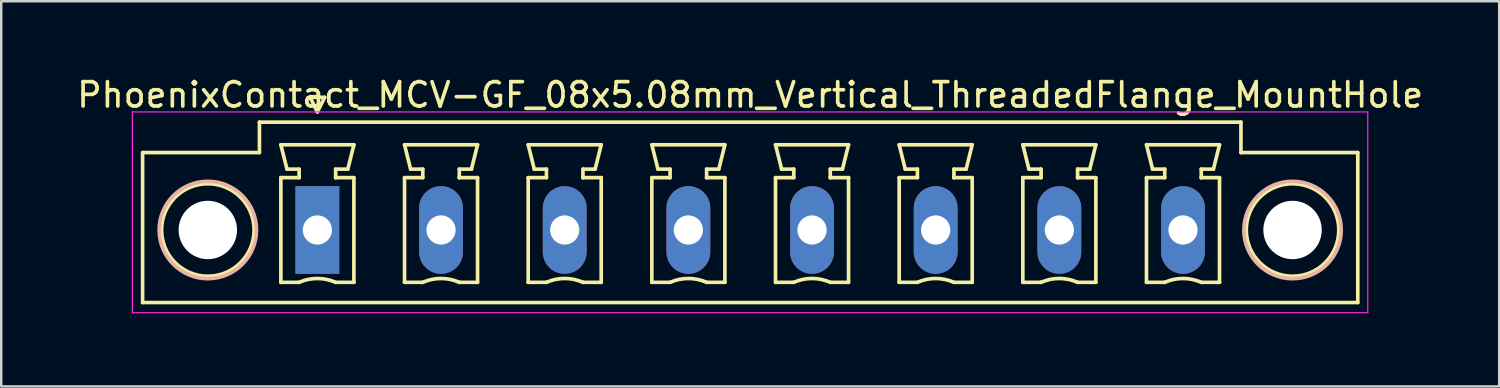
<source format=kicad_pcb>
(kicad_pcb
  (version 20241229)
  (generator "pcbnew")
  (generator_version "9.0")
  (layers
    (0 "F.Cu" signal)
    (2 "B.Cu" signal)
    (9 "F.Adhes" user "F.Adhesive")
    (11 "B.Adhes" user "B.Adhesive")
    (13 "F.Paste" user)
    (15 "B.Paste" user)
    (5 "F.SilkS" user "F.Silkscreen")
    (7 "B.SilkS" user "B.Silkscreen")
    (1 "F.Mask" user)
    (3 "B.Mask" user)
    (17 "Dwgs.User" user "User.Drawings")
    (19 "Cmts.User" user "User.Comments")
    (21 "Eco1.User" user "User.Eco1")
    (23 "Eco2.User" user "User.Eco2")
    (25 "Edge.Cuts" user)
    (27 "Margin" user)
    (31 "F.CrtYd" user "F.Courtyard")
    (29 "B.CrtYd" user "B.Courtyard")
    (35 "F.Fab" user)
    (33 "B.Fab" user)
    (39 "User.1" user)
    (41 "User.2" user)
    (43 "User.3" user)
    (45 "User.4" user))
  (footprint "PhoenixContact_MCV-GF_08x5.08mm_Vertical_ThreadedFlange_MountHole"
    (layer "F.Cu")
    (at 9.988 6.398)
    (property "Reference" "PhoenixContact_MCV-GF_08x5.08mm_Vertical_ThreadedFlange_MountHole" (at 17.78 -5.55 0) (layer "F.SilkS") (effects (font (size 1 1) (thickness 0.15))))
    (attr through_hole)
    (fp_line (start -7.18 -3.18) (end -7.18 2.98) (stroke (width 0.15) (type solid)) (layer "F.SilkS"))
    (fp_line (start -7.18 2.98) (end 42.74 2.98) (stroke (width 0.15) (type solid)) (layer "F.SilkS"))
    (fp_line (start -2.38 -4.43) (end -2.38 -3.18) (stroke (width 0.15) (type solid)) (layer "F.SilkS"))
    (fp_line (start -2.38 -3.18) (end -7.18 -3.18) (stroke (width 0.15) (type solid)) (layer "F.SilkS"))
    (fp_line (start -1.5 -3.5) (end 1.5 -3.5) (stroke (width 0.15) (type solid)) (layer "F.SilkS"))
    (fp_line (start -1.5 -2.15) (end -0.75 -2.15) (stroke (width 0.15) (type solid)) (layer "F.SilkS"))
    (fp_line (start -1.5 2.15) (end -1.5 -2.15) (stroke (width 0.15) (type solid)) (layer "F.SilkS"))
    (fp_line (start -1.25 -2.5) (end -1.5 -3.5) (stroke (width 0.15) (type solid)) (layer "F.SilkS"))
    (fp_line (start -0.75 -2.5) (end -1.25 -2.5) (stroke (width 0.15) (type solid)) (layer "F.SilkS"))
    (fp_line (start -0.75 -2.15) (end -0.75 -2.5) (stroke (width 0.15) (type solid)) (layer "F.SilkS"))
    (fp_line (start -0.75 2.15) (end -1.5 2.15) (stroke (width 0.15) (type solid)) (layer "F.SilkS"))
    (fp_line (start -0.3 -5.45) (end 0 -4.85) (stroke (width 0.15) (type solid)) (layer "F.SilkS"))
    (fp_line (start 0 -4.85) (end 0.3 -5.45) (stroke (width 0.15) (type solid)) (layer "F.SilkS"))
    (fp_line (start 0.3 -5.45) (end -0.3 -5.45) (stroke (width 0.15) (type solid)) (layer "F.SilkS"))
    (fp_line (start 0.75 -2.5) (end 0.75 -2.15) (stroke (width 0.15) (type solid)) (layer "F.SilkS"))
    (fp_line (start 0.75 -2.15) (end 0.75 -2.15) (stroke (width 0.15) (type solid)) (layer "F.SilkS"))
    (fp_line (start 0.75 -2.15) (end 1.5 -2.15) (stroke (width 0.15) (type solid)) (layer "F.SilkS"))
    (fp_line (start 1.25 -2.5) (end 0.75 -2.5) (stroke (width 0.15) (type solid)) (layer "F.SilkS"))
    (fp_line (start 1.5 -3.5) (end 1.25 -2.5) (stroke (width 0.15) (type solid)) (layer "F.SilkS"))
    (fp_line (start 1.5 -2.15) (end 1.5 2.15) (stroke (width 0.15) (type solid)) (layer "F.SilkS"))
    (fp_line (start 1.5 2.15) (end 0.75 2.15) (stroke (width 0.15) (type solid)) (layer "F.SilkS"))
    (fp_line (start 3.58 -3.5) (end 6.58 -3.5) (stroke (width 0.15) (type solid)) (layer "F.SilkS"))
    (fp_line (start 3.58 -2.15) (end 4.33 -2.15) (stroke (width 0.15) (type solid)) (layer "F.SilkS"))
    (fp_line (start 3.58 2.15) (end 3.58 -2.15) (stroke (width 0.15) (type solid)) (layer "F.SilkS"))
    (fp_line (start 3.83 -2.5) (end 3.58 -3.5) (stroke (width 0.15) (type solid)) (layer "F.SilkS"))
    (fp_line (start 4.33 -2.5) (end 3.83 -2.5) (stroke (width 0.15) (type solid)) (layer "F.SilkS"))
    (fp_line (start 4.33 -2.15) (end 4.33 -2.5) (stroke (width 0.15) (type solid)) (layer "F.SilkS"))
    (fp_line (start 4.33 2.15) (end 3.58 2.15) (stroke (width 0.15) (type solid)) (layer "F.SilkS"))
    (fp_line (start 5.83 -2.5) (end 5.83 -2.15) (stroke (width 0.15) (type solid)) (layer "F.SilkS"))
    (fp_line (start 5.83 -2.15) (end 5.83 -2.15) (stroke (width 0.15) (type solid)) (layer "F.SilkS"))
    (fp_line (start 5.83 -2.15) (end 6.58 -2.15) (stroke (width 0.15) (type solid)) (layer "F.SilkS"))
    (fp_line (start 6.33 -2.5) (end 5.83 -2.5) (stroke (width 0.15) (type solid)) (layer "F.SilkS"))
    (fp_line (start 6.58 -3.5) (end 6.33 -2.5) (stroke (width 0.15) (type solid)) (layer "F.SilkS"))
    (fp_line (start 6.58 -2.15) (end 6.58 2.15) (stroke (width 0.15) (type solid)) (layer "F.SilkS"))
    (fp_line (start 6.58 2.15) (end 5.83 2.15) (stroke (width 0.15) (type solid)) (layer "F.SilkS"))
    (fp_line (start 8.66 -3.5) (end 11.66 -3.5) (stroke (width 0.15) (type solid)) (layer "F.SilkS"))
    (fp_line (start 8.66 -2.15) (end 9.41 -2.15) (stroke (width 0.15) (type solid)) (layer "F.SilkS"))
    (fp_line (start 8.66 2.15) (end 8.66 -2.15) (stroke (width 0.15) (type solid)) (layer "F.SilkS"))
    (fp_line (start 8.91 -2.5) (end 8.66 -3.5) (stroke (width 0.15) (type solid)) (layer "F.SilkS"))
    (fp_line (start 9.41 -2.5) (end 8.91 -2.5) (stroke (width 0.15) (type solid)) (layer "F.SilkS"))
    (fp_line (start 9.41 -2.15) (end 9.41 -2.5) (stroke (width 0.15) (type solid)) (layer "F.SilkS"))
    (fp_line (start 9.41 2.15) (end 8.66 2.15) (stroke (width 0.15) (type solid)) (layer "F.SilkS"))
    (fp_line (start 10.91 -2.5) (end 10.91 -2.15) (stroke (width 0.15) (type solid)) (layer "F.SilkS"))
    (fp_line (start 10.91 -2.15) (end 10.91 -2.15) (stroke (width 0.15) (type solid)) (layer "F.SilkS"))
    (fp_line (start 10.91 -2.15) (end 11.66 -2.15) (stroke (width 0.15) (type solid)) (layer "F.SilkS"))
    (fp_line (start 11.41 -2.5) (end 10.91 -2.5) (stroke (width 0.15) (type solid)) (layer "F.SilkS"))
    (fp_line (start 11.66 -3.5) (end 11.41 -2.5) (stroke (width 0.15) (type solid)) (layer "F.SilkS"))
    (fp_line (start 11.66 -2.15) (end 11.66 2.15) (stroke (width 0.15) (type solid)) (layer "F.SilkS"))
    (fp_line (start 11.66 2.15) (end 10.91 2.15) (stroke (width 0.15) (type solid)) (layer "F.SilkS"))
    (fp_line (start 13.74 -3.5) (end 16.74 -3.5) (stroke (width 0.15) (type solid)) (layer "F.SilkS"))
    (fp_line (start 13.74 -2.15) (end 14.49 -2.15) (stroke (width 0.15) (type solid)) (layer "F.SilkS"))
    (fp_line (start 13.74 2.15) (end 13.74 -2.15) (stroke (width 0.15) (type solid)) (layer "F.SilkS"))
    (fp_line (start 13.99 -2.5) (end 13.74 -3.5) (stroke (width 0.15) (type solid)) (layer "F.SilkS"))
    (fp_line (start 14.49 -2.5) (end 13.99 -2.5) (stroke (width 0.15) (type solid)) (layer "F.SilkS"))
    (fp_line (start 14.49 -2.15) (end 14.49 -2.5) (stroke (width 0.15) (type solid)) (layer "F.SilkS"))
    (fp_line (start 14.49 2.15) (end 13.74 2.15) (stroke (width 0.15) (type solid)) (layer "F.SilkS"))
    (fp_line (start 15.99 -2.5) (end 15.99 -2.15) (stroke (width 0.15) (type solid)) (layer "F.SilkS"))
    (fp_line (start 15.99 -2.15) (end 15.99 -2.15) (stroke (width 0.15) (type solid)) (layer "F.SilkS"))
    (fp_line (start 15.99 -2.15) (end 16.74 -2.15) (stroke (width 0.15) (type solid)) (layer "F.SilkS"))
    (fp_line (start 16.49 -2.5) (end 15.99 -2.5) (stroke (width 0.15) (type solid)) (layer "F.SilkS"))
    (fp_line (start 16.74 -3.5) (end 16.49 -2.5) (stroke (width 0.15) (type solid)) (layer "F.SilkS"))
    (fp_line (start 16.74 -2.15) (end 16.74 2.15) (stroke (width 0.15) (type solid)) (layer "F.SilkS"))
    (fp_line (start 16.74 2.15) (end 15.99 2.15) (stroke (width 0.15) (type solid)) (layer "F.SilkS"))
    (fp_line (start 18.82 -3.5) (end 21.82 -3.5) (stroke (width 0.15) (type solid)) (layer "F.SilkS"))
    (fp_line (start 18.82 -2.15) (end 19.57 -2.15) (stroke (width 0.15) (type solid)) (layer "F.SilkS"))
    (fp_line (start 18.82 2.15) (end 18.82 -2.15) (stroke (width 0.15) (type solid)) (layer "F.SilkS"))
    (fp_line (start 19.07 -2.5) (end 18.82 -3.5) (stroke (width 0.15) (type solid)) (layer "F.SilkS"))
    (fp_line (start 19.57 -2.5) (end 19.07 -2.5) (stroke (width 0.15) (type solid)) (layer "F.SilkS"))
    (fp_line (start 19.57 -2.15) (end 19.57 -2.5) (stroke (width 0.15) (type solid)) (layer "F.SilkS"))
    (fp_line (start 19.57 2.15) (end 18.82 2.15) (stroke (width 0.15) (type solid)) (layer "F.SilkS"))
    (fp_line (start 21.07 -2.5) (end 21.07 -2.15) (stroke (width 0.15) (type solid)) (layer "F.SilkS"))
    (fp_line (start 21.07 -2.15) (end 21.07 -2.15) (stroke (width 0.15) (type solid)) (layer "F.SilkS"))
    (fp_line (start 21.07 -2.15) (end 21.82 -2.15) (stroke (width 0.15) (type solid)) (layer "F.SilkS"))
    (fp_line (start 21.57 -2.5) (end 21.07 -2.5) (stroke (width 0.15) (type solid)) (layer "F.SilkS"))
    (fp_line (start 21.82 -3.5) (end 21.57 -2.5) (stroke (width 0.15) (type solid)) (layer "F.SilkS"))
    (fp_line (start 21.82 -2.15) (end 21.82 2.15) (stroke (width 0.15) (type solid)) (layer "F.SilkS"))
    (fp_line (start 21.82 2.15) (end 21.07 2.15) (stroke (width 0.15) (type solid)) (layer "F.SilkS"))
    (fp_line (start 23.9 -3.5) (end 26.9 -3.5) (stroke (width 0.15) (type solid)) (layer "F.SilkS"))
    (fp_line (start 23.9 -2.15) (end 24.65 -2.15) (stroke (width 0.15) (type solid)) (layer "F.SilkS"))
    (fp_line (start 23.9 2.15) (end 23.9 -2.15) (stroke (width 0.15) (type solid)) (layer "F.SilkS"))
    (fp_line (start 24.15 -2.5) (end 23.9 -3.5) (stroke (width 0.15) (type solid)) (layer "F.SilkS"))
    (fp_line (start 24.65 -2.5) (end 24.15 -2.5) (stroke (width 0.15) (type solid)) (layer "F.SilkS"))
    (fp_line (start 24.65 -2.15) (end 24.65 -2.5) (stroke (width 0.15) (type solid)) (layer "F.SilkS"))
    (fp_line (start 24.65 2.15) (end 23.9 2.15) (stroke (width 0.15) (type solid)) (layer "F.SilkS"))
    (fp_line (start 26.15 -2.5) (end 26.15 -2.15) (stroke (width 0.15) (type solid)) (layer "F.SilkS"))
    (fp_line (start 26.15 -2.15) (end 26.15 -2.15) (stroke (width 0.15) (type solid)) (layer "F.SilkS"))
    (fp_line (start 26.15 -2.15) (end 26.9 -2.15) (stroke (width 0.15) (type solid)) (layer "F.SilkS"))
    (fp_line (start 26.65 -2.5) (end 26.15 -2.5) (stroke (width 0.15) (type solid)) (layer "F.SilkS"))
    (fp_line (start 26.9 -3.5) (end 26.65 -2.5) (stroke (width 0.15) (type solid)) (layer "F.SilkS"))
    (fp_line (start 26.9 -2.15) (end 26.9 2.15) (stroke (width 0.15) (type solid)) (layer "F.SilkS"))
    (fp_line (start 26.9 2.15) (end 26.15 2.15) (stroke (width 0.15) (type solid)) (layer "F.SilkS"))
    (fp_line (start 28.98 -3.5) (end 31.98 -3.5) (stroke (width 0.15) (type solid)) (layer "F.SilkS"))
    (fp_line (start 28.98 -2.15) (end 29.73 -2.15) (stroke (width 0.15) (type solid)) (layer "F.SilkS"))
    (fp_line (start 28.98 2.15) (end 28.98 -2.15) (stroke (width 0.15) (type solid)) (layer "F.SilkS"))
    (fp_line (start 29.23 -2.5) (end 28.98 -3.5) (stroke (width 0.15) (type solid)) (layer "F.SilkS"))
    (fp_line (start 29.73 -2.5) (end 29.23 -2.5) (stroke (width 0.15) (type solid)) (layer "F.SilkS"))
    (fp_line (start 29.73 -2.15) (end 29.73 -2.5) (stroke (width 0.15) (type solid)) (layer "F.SilkS"))
    (fp_line (start 29.73 2.15) (end 28.98 2.15) (stroke (width 0.15) (type solid)) (layer "F.SilkS"))
    (fp_line (start 31.23 -2.5) (end 31.23 -2.15) (stroke (width 0.15) (type solid)) (layer "F.SilkS"))
    (fp_line (start 31.23 -2.15) (end 31.23 -2.15) (stroke (width 0.15) (type solid)) (layer "F.SilkS"))
    (fp_line (start 31.23 -2.15) (end 31.98 -2.15) (stroke (width 0.15) (type solid)) (layer "F.SilkS"))
    (fp_line (start 31.73 -2.5) (end 31.23 -2.5) (stroke (width 0.15) (type solid)) (layer "F.SilkS"))
    (fp_line (start 31.98 -3.5) (end 31.73 -2.5) (stroke (width 0.15) (type solid)) (layer "F.SilkS"))
    (fp_line (start 31.98 -2.15) (end 31.98 2.15) (stroke (width 0.15) (type solid)) (layer "F.SilkS"))
    (fp_line (start 31.98 2.15) (end 31.23 2.15) (stroke (width 0.15) (type solid)) (layer "F.SilkS"))
    (fp_line (start 34.06 -3.5) (end 37.06 -3.5) (stroke (width 0.15) (type solid)) (layer "F.SilkS"))
    (fp_line (start 34.06 -2.15) (end 34.81 -2.15) (stroke (width 0.15) (type solid)) (layer "F.SilkS"))
    (fp_line (start 34.06 2.15) (end 34.06 -2.15) (stroke (width 0.15) (type solid)) (layer "F.SilkS"))
    (fp_line (start 34.31 -2.5) (end 34.06 -3.5) (stroke (width 0.15) (type solid)) (layer "F.SilkS"))
    (fp_line (start 34.81 -2.5) (end 34.31 -2.5) (stroke (width 0.15) (type solid)) (layer "F.SilkS"))
    (fp_line (start 34.81 -2.15) (end 34.81 -2.5) (stroke (width 0.15) (type solid)) (layer "F.SilkS"))
    (fp_line (start 34.81 2.15) (end 34.06 2.15) (stroke (width 0.15) (type solid)) (layer "F.SilkS"))
    (fp_line (start 36.31 -2.5) (end 36.31 -2.15) (stroke (width 0.15) (type solid)) (layer "F.SilkS"))
    (fp_line (start 36.31 -2.15) (end 36.31 -2.15) (stroke (width 0.15) (type solid)) (layer "F.SilkS"))
    (fp_line (start 36.31 -2.15) (end 37.06 -2.15) (stroke (width 0.15) (type solid)) (layer "F.SilkS"))
    (fp_line (start 36.81 -2.5) (end 36.31 -2.5) (stroke (width 0.15) (type solid)) (layer "F.SilkS"))
    (fp_line (start 37.06 -3.5) (end 36.81 -2.5) (stroke (width 0.15) (type solid)) (layer "F.SilkS"))
    (fp_line (start 37.06 -2.15) (end 37.06 2.15) (stroke (width 0.15) (type solid)) (layer "F.SilkS"))
    (fp_line (start 37.06 2.15) (end 36.31 2.15) (stroke (width 0.15) (type solid)) (layer "F.SilkS"))
    (fp_line (start 37.94 -4.43) (end -2.38 -4.43) (stroke (width 0.15) (type solid)) (layer "F.SilkS"))
    (fp_line (start 37.94 -3.18) (end 37.94 -4.43) (stroke (width 0.15) (type solid)) (layer "F.SilkS"))
    (fp_line (start 42.74 -3.18) (end 37.94 -3.18) (stroke (width 0.15) (type solid)) (layer "F.SilkS"))
    (fp_line (start 42.74 2.98) (end 42.74 -3.18) (stroke (width 0.15) (type solid)) (layer "F.SilkS"))
    (fp_arc (start -0.75 2.15) (mid -0.000193 1.99191) (end 0.749647 2.149844) (stroke (width 0.15) (type solid)) (layer "F.SilkS"))
    (fp_arc (start 4.33 2.15) (mid 5.079807 1.99191) (end 5.829647 2.149844) (stroke (width 0.15) (type solid)) (layer "F.SilkS"))
    (fp_arc (start 9.41 2.15) (mid 10.159807 1.99191) (end 10.909647 2.149844) (stroke (width 0.15) (type solid)) (layer "F.SilkS"))
    (fp_arc (start 14.49 2.15) (mid 15.239807 1.99191) (end 15.989647 2.149844) (stroke (width 0.15) (type solid)) (layer "F.SilkS"))
    (fp_arc (start 19.57 2.15) (mid 20.319807 1.99191) (end 21.069647 2.149844) (stroke (width 0.15) (type solid)) (layer "F.SilkS"))
    (fp_arc (start 24.65 2.15) (mid 25.399807 1.99191) (end 26.149647 2.149844) (stroke (width 0.15) (type solid)) (layer "F.SilkS"))
    (fp_arc (start 29.73 2.15) (mid 30.479807 1.99191) (end 31.229647 2.149844) (stroke (width 0.15) (type solid)) (layer "F.SilkS"))
    (fp_arc (start 34.81 2.15) (mid 35.559807 1.99191) (end 36.309647 2.149844) (stroke (width 0.15) (type solid)) (layer "F.SilkS"))
    (fp_circle (center -4.5 0) (end -2.6 0) (stroke (width 0.15) (type solid)) (fill no) (layer "F.SilkS"))
    (fp_circle (center 40.06 0) (end 41.96 0) (stroke (width 0.15) (type solid)) (fill no) (layer "F.SilkS"))
    (fp_circle (center -4.5 0) (end -2.5 0) (stroke (width 0.15) (type solid)) (fill no) (layer "B.SilkS"))
    (fp_circle (center 40.06 0) (end 42.06 0) (stroke (width 0.15) (type solid)) (fill no) (layer "B.SilkS"))
    (fp_line (start -7.6 -4.85) (end -7.6 3.4) (stroke (width 0.05) (type solid)) (layer "F.CrtYd"))
    (fp_line (start -7.6 3.4) (end 43.15 3.4) (stroke (width 0.05) (type solid)) (layer "F.CrtYd"))
    (fp_line (start 43.15 -4.85) (end -7.6 -4.85) (stroke (width 0.05) (type solid)) (layer "F.CrtYd"))
    (fp_line (start 43.15 3.4) (end 43.15 -4.85) (stroke (width 0.05) (type solid)) (layer "F.CrtYd"))
    (pad "" np_thru_hole circle (at -4.5 0) (size 2.4 2.4) (drill 2.4) (layers "*.Cu" "*.Mask"))
    (pad "" np_thru_hole circle (at 40.06 0) (size 2.4 2.4) (drill 2.4) (layers "*.Cu" "*.Mask"))
    (pad "1" thru_hole rect (at 0 0) (size 1.8 3.6) (drill 1.2) (layers "*.Cu" "*.Mask"))
    (pad "2" thru_hole oval (at 5.08 0) (size 1.8 3.6) (drill 1.2) (layers "*.Cu" "*.Mask"))
    (pad "3" thru_hole oval (at 10.16 0) (size 1.8 3.6) (drill 1.2) (layers "*.Cu" "*.Mask"))
    (pad "4" thru_hole oval (at 15.24 0) (size 1.8 3.6) (drill 1.2) (layers "*.Cu" "*.Mask"))
    (pad "5" thru_hole oval (at 20.32 0) (size 1.8 3.6) (drill 1.2) (layers "*.Cu" "*.Mask"))
    (pad "6" thru_hole oval (at 25.4 0) (size 1.8 3.6) (drill 1.2) (layers "*.Cu" "*.Mask"))
    (pad "7" thru_hole oval (at 30.48 0) (size 1.8 3.6) (drill 1.2) (layers "*.Cu" "*.Mask"))
    (pad "8" thru_hole oval (at 35.56 0) (size 1.8 3.6) (drill 1.2) (layers "*.Cu" "*.Mask")))
  (gr_rect
    (start -3 -3)
    (end 58.536 12.823)
    (stroke (width 0.1) (type default))
    (fill no)
    (layer "Edge.Cuts")))
</source>
